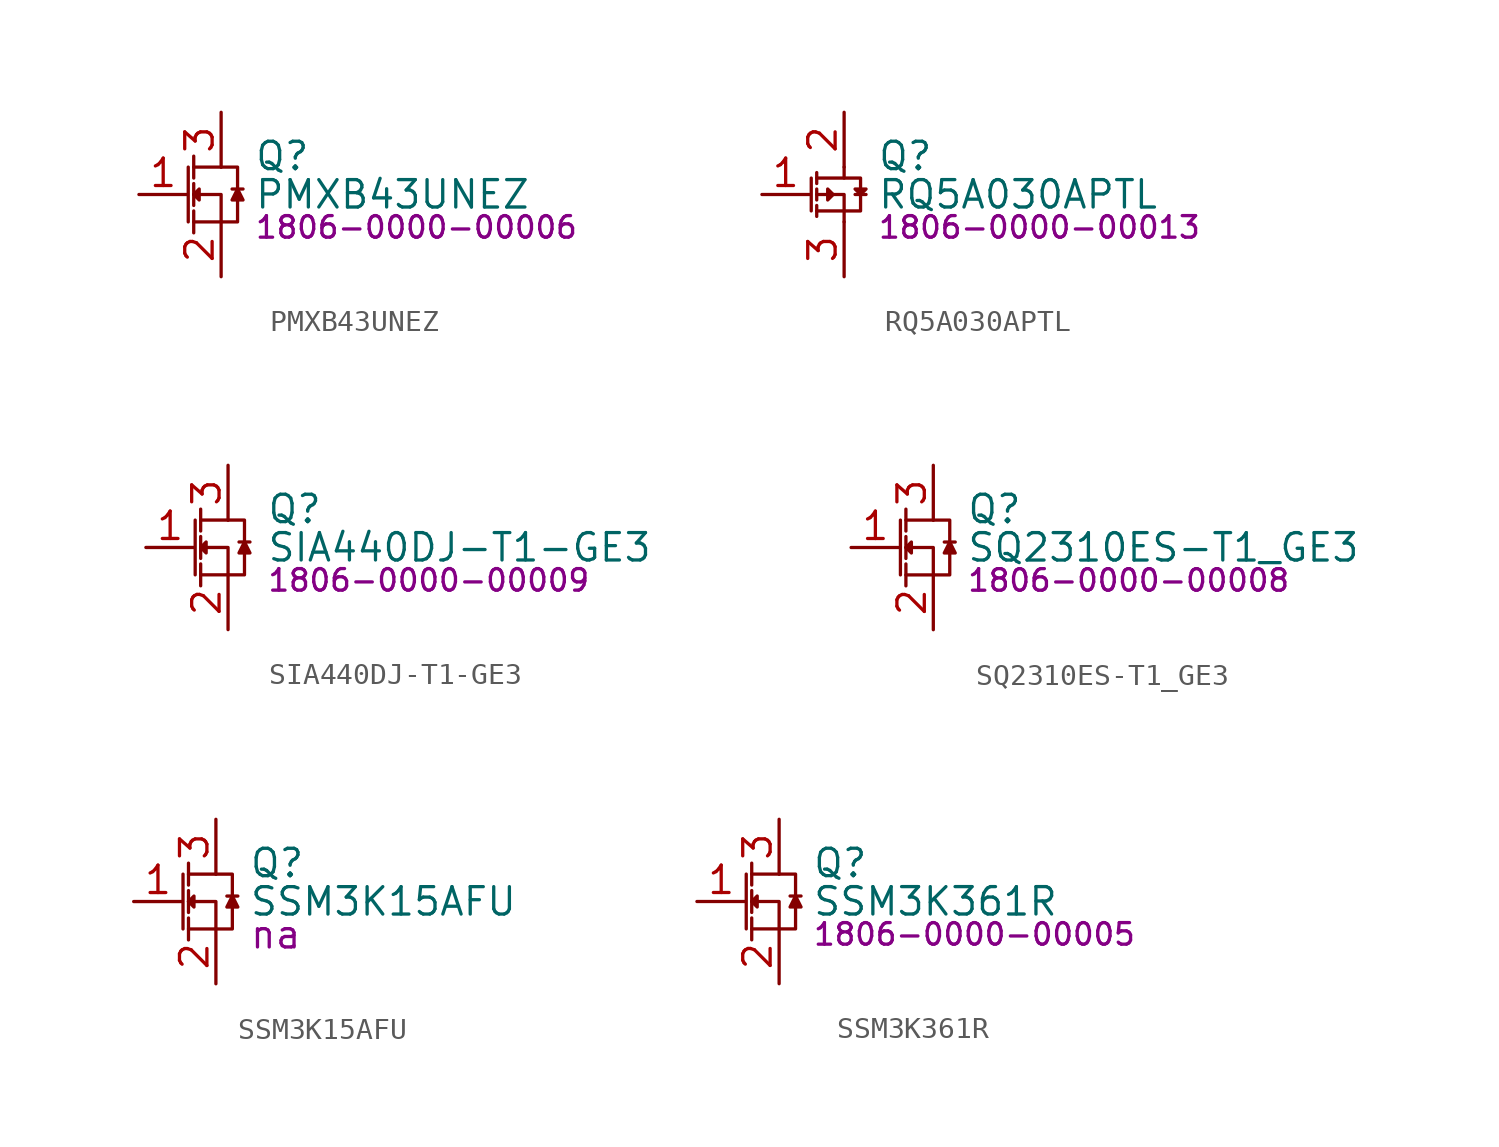
<source format=kicad_sym>
(kicad_symbol_lib
  (version 20231120)
  (generator "kicad_symbol_editor")
  (generator_version "8.0")
  (symbol "PMXB43UNEZ"
    (property "Reference" "Q"
      (at 2.794 1.778 0)
      (effects (font (size 1.27 1.27)) (justify left)))
    (property "Value" "PMXB43UNEZ"
      (at 2.794 0 0)
      (effects (font (size 1.27 1.27)) (justify left)))
    (property "PartNumber" "1806-0000-00006"
      (at 2.794 -1.524 0)
      (effects (font (size 1 1)) (justify left)))
    (symbol "PMXB43UNEZ_0_0"
      (pin input line (at -2.54 0 0) (length 2.25) (name "G" (effects (font (size 0 0)))) (number "1" (effects (font (size 1.27 1.27)))))
      (pin bidirectional line (at 1.27 -3.81 90) (length 2.54) (name "S" (effects (font (size 0 0)))) (number "2" (effects (font (size 1.27 1.27)))))
      (pin bidirectional line (at 1.27 3.81 270) (length 2.54) (name "D" (effects (font (size 0 0)))) (number "3" (effects (font (size 1.27 1.27))))))
    (symbol "PMXB43UNEZ_0_1"
      (polyline (pts (xy -0.254 -1.27) (xy -0.254 1.27)) (stroke (width 0) (type default)) (fill (type none)))
      (polyline (pts (xy 0 -1.778) (xy 0 -0.762)) (stroke (width 0) (type default)) (fill (type none)))
      (polyline (pts (xy 0 -0.508) (xy 0 0.508)) (stroke (width 0) (type default)) (fill (type none)))
      (polyline (pts (xy 0 1.778) (xy 0 0.762)) (stroke (width 0) (type default)) (fill (type none)))
      (polyline (pts (xy 1.778 0.254) (xy 2.286 0.254)) (stroke (width 0) (type default)) (fill (type none)))
      (polyline (pts (xy 0 -1.27) (xy 1.27 -1.27) (xy 1.27 -1.27)) (stroke (width 0) (type default)) (fill (type none)))
      (polyline (pts (xy 0 1.27) (xy 1.27 1.27) (xy 1.27 1.27)) (stroke (width 0) (type default)) (fill (type none)))
      (polyline (pts (xy 1.27 -1.27) (xy 1.27 0) (xy 0 0)) (stroke (width 0) (type default)) (fill (type none)))
      (polyline (pts (xy 0 0) (xy 0.254 0.254) (xy 0.254 -0.254) (xy 0 0)) (stroke (width 0) (type default)) (fill (type none)))
      (polyline (pts (xy 1.27 -1.27) (xy 2.032 -1.27) (xy 2.032 1.27) (xy 1.27 1.27)) (stroke (width 0) (type default)) (fill (type none)))
      (polyline (pts (xy 2.032 0.254) (xy 1.778 -0.254) (xy 2.286 -0.254) (xy 2.032 0.254)) (stroke (width 0) (type default)) (fill (type outline)))))
  (symbol "RQ5A030APTL"
    (property "Reference" "Q"
      (at 2.794 1.778 0)
      (effects (font (size 1.27 1.27)) (justify left)))
    (property "Value" "RQ5A030APTL"
      (at 2.794 0 0)
      (effects (font (size 1.27 1.27)) (justify left)))
    (property "PartNumber" "1806-0000-00013"
      (at 2.794 -1.524 0)
      (effects (font (size 1 1)) (justify left)))
    (symbol "RQ5A030APTL_0_0"
      (pin bidirectional line (at -2.54 0 0) (length 2.2) (name "G" (effects (font (size 0 0)))) (number "1" (effects (font (size 1.27 1.27)))))
      (pin bidirectional line (at 1.27 3.81 270) (length 2.54) (name "S" (effects (font (size 0 0)))) (number "2" (effects (font (size 1.27 1.27)))))
      (pin bidirectional line (at 1.27 -3.81 90) (length 2.54) (name "D" (effects (font (size 0 0)))) (number "3" (effects (font (size 1.27 1.27))))))
    (symbol "RQ5A030APTL_0_1"
      (polyline (pts (xy -0.254 0.762) (xy -0.254 -0.762)) (stroke (width 0) (type default)) (fill (type none)))
      (polyline (pts (xy 0 -0.508) (xy 0 -1.016)) (stroke (width 0) (type default)) (fill (type none)))
      (polyline (pts (xy 0 0.254) (xy 0 -0.254)) (stroke (width 0) (type default)) (fill (type none)))
      (polyline (pts (xy 0 0.508) (xy 0 1.016)) (stroke (width 0) (type default)) (fill (type none)))
      (polyline (pts (xy 1.778 0) (xy 2.286 0)) (stroke (width 0) (type default)) (fill (type none)))
      (polyline (pts (xy 0 -0.762) (xy 1.27 -0.762) (xy 1.27 -1.27)) (stroke (width 0) (type default)) (fill (type none)))
      (polyline (pts (xy 0 0) (xy 1.27 0) (xy 1.27 -0.762)) (stroke (width 0) (type default)) (fill (type none)))
      (polyline (pts (xy 0 0.762) (xy 1.27 0.762) (xy 1.27 1.27)) (stroke (width 0) (type default)) (fill (type none)))
      (polyline (pts (xy 0.762 0) (xy 0.508 0.254) (xy 0.508 -0.254) (xy 0.762 0)) (stroke (width 0) (type default)) (fill (type none)))
      (polyline (pts (xy 1.27 0.762) (xy 2.032 0.762) (xy 2.032 -0.762) (xy 1.27 -0.762)) (stroke (width 0) (type default)) (fill (type none)))
      (polyline (pts (xy 2.032 0) (xy 1.778 0.254) (xy 2.286 0.254) (xy 2.032 0)) (stroke (width 0) (type default)) (fill (type none)))))
  (symbol "SIA440DJ-T1-GE3"
    (property "Reference" "Q"
      (at 1.778 1.778 0)
      (effects (font (size 1.27 1.27)) (justify left)))
    (property "Value" "SIA440DJ-T1-GE3"
      (at 1.778 0 0)
      (effects (font (size 1.27 1.27)) (justify left)))
    (property "PartNumber" "1806-0000-00009"
      (at 1.778 -1.524 0)
      (effects (font (size 1 1)) (justify left)))
    (symbol "SIA440DJ-T1-GE3_0_0"
      (pin input line (at -3.81 0 0) (length 2.25) (name "G" (effects (font (size 0 0)))) (number "1" (effects (font (size 1.27 1.27)))))
      (pin bidirectional line (at 0 -3.81 90) (length 2.54) (name "S" (effects (font (size 0 0)))) (number "2" (effects (font (size 1.27 1.27)))))
      (pin bidirectional line (at 0 3.81 270) (length 2.54) (name "D" (effects (font (size 0 0)))) (number "3" (effects (font (size 1.27 1.27))))))
    (symbol "SIA440DJ-T1-GE3_0_1"
      (polyline (pts (xy -1.524 -1.27) (xy -1.524 1.27)) (stroke (width 0) (type default)) (fill (type none)))
      (polyline (pts (xy -1.27 -1.778) (xy -1.27 -0.762)) (stroke (width 0) (type default)) (fill (type none)))
      (polyline (pts (xy -1.27 -0.508) (xy -1.27 0.508)) (stroke (width 0) (type default)) (fill (type none)))
      (polyline (pts (xy -1.27 1.778) (xy -1.27 0.762)) (stroke (width 0) (type default)) (fill (type none)))
      (polyline (pts (xy 0.508 0.254) (xy 1.016 0.254)) (stroke (width 0) (type default)) (fill (type none)))
      (polyline (pts (xy -1.27 -1.27) (xy 0 -1.27) (xy 0 -1.27)) (stroke (width 0) (type default)) (fill (type none)))
      (polyline (pts (xy -1.27 1.27) (xy 0 1.27) (xy 0 1.27)) (stroke (width 0) (type default)) (fill (type none)))
      (polyline (pts (xy 0 -1.27) (xy 0 0) (xy -1.27 0)) (stroke (width 0) (type default)) (fill (type none)))
      (polyline (pts (xy -1.27 0) (xy -1.016 0.254) (xy -1.016 -0.254) (xy -1.27 0)) (stroke (width 0) (type default)) (fill (type none)))
      (polyline (pts (xy 0 -1.27) (xy 0.762 -1.27) (xy 0.762 1.27) (xy 0 1.27)) (stroke (width 0) (type default)) (fill (type none)))
      (polyline (pts (xy 0.762 0.254) (xy 0.508 -0.254) (xy 1.016 -0.254) (xy 0.762 0.254)) (stroke (width 0) (type default)) (fill (type outline)))))
  (symbol "SQ2310ES-T1_GE3"
    (property "Reference" "Q"
      (at 2.794 1.778 0)
      (effects (font (size 1.27 1.27)) (justify left)))
    (property "Value" "SQ2310ES-T1_GE3"
      (at 2.794 0 0)
      (effects (font (size 1.27 1.27)) (justify left)))
    (property "PartNumber" "1806-0000-00008"
      (at 2.794 -1.524 0)
      (effects (font (size 1 1)) (justify left)))
    (symbol "SQ2310ES-T1_GE3_0_0"
      (pin input line (at -2.54 0 0) (length 2.25) (name "G" (effects (font (size 0 0)))) (number "1" (effects (font (size 1.27 1.27)))))
      (pin bidirectional line (at 1.27 -3.81 90) (length 2.54) (name "S" (effects (font (size 0 0)))) (number "2" (effects (font (size 1.27 1.27)))))
      (pin bidirectional line (at 1.27 3.81 270) (length 2.54) (name "D" (effects (font (size 0 0)))) (number "3" (effects (font (size 1.27 1.27))))))
    (symbol "SQ2310ES-T1_GE3_0_1"
      (polyline (pts (xy -0.254 -1.27) (xy -0.254 1.27)) (stroke (width 0) (type default)) (fill (type none)))
      (polyline (pts (xy 0 -1.778) (xy 0 -0.762)) (stroke (width 0) (type default)) (fill (type none)))
      (polyline (pts (xy 0 -0.508) (xy 0 0.508)) (stroke (width 0) (type default)) (fill (type none)))
      (polyline (pts (xy 0 1.778) (xy 0 0.762)) (stroke (width 0) (type default)) (fill (type none)))
      (polyline (pts (xy 1.778 0.254) (xy 2.286 0.254)) (stroke (width 0) (type default)) (fill (type none)))
      (polyline (pts (xy 0 -1.27) (xy 1.27 -1.27) (xy 1.27 -1.27)) (stroke (width 0) (type default)) (fill (type none)))
      (polyline (pts (xy 0 1.27) (xy 1.27 1.27) (xy 1.27 1.27)) (stroke (width 0) (type default)) (fill (type none)))
      (polyline (pts (xy 1.27 -1.27) (xy 1.27 0) (xy 0 0)) (stroke (width 0) (type default)) (fill (type none)))
      (polyline (pts (xy 0 0) (xy 0.254 0.254) (xy 0.254 -0.254) (xy 0 0)) (stroke (width 0) (type default)) (fill (type none)))
      (polyline (pts (xy 1.27 -1.27) (xy 2.032 -1.27) (xy 2.032 1.27) (xy 1.27 1.27)) (stroke (width 0) (type default)) (fill (type none)))
      (polyline (pts (xy 2.032 0.254) (xy 1.778 -0.254) (xy 2.286 -0.254) (xy 2.032 0.254)) (stroke (width 0) (type default)) (fill (type outline)))))
  (symbol "SSM3K15AFU"
    (property "Reference" "Q"
      (at 2.794 1.778 0)
      (effects (font (size 1.27 1.27)) (justify left)))
    (property "Value" "SSM3K15AFU"
      (at 2.794 0 0)
      (effects (font (size 1.27 1.27)) (justify left)))
    (property "PartNumber" "na"
      (at 2.794 -1.524 0)
      (effects (font (size 1.27 1.27)) (justify left)))
    (symbol "SSM3K15AFU_0_0"
      (pin input line (at -2.54 0 0) (length 2.25) (name "G" (effects (font (size 0 0)))) (number "1" (effects (font (size 1.27 1.27)))))
      (pin bidirectional line (at 1.27 -3.81 90) (length 2.54) (name "S" (effects (font (size 0 0)))) (number "2" (effects (font (size 1.27 1.27)))))
      (pin bidirectional line (at 1.27 3.81 270) (length 2.54) (name "D" (effects (font (size 0 0)))) (number "3" (effects (font (size 1.27 1.27))))))
    (symbol "SSM3K15AFU_0_1"
      (polyline (pts (xy -0.254 -1.27) (xy -0.254 1.27)) (stroke (width 0) (type default)) (fill (type none)))
      (polyline (pts (xy 0 -1.778) (xy 0 -0.762)) (stroke (width 0) (type default)) (fill (type none)))
      (polyline (pts (xy 0 -0.508) (xy 0 0.508)) (stroke (width 0) (type default)) (fill (type none)))
      (polyline (pts (xy 0 1.778) (xy 0 0.762)) (stroke (width 0) (type default)) (fill (type none)))
      (polyline (pts (xy 1.778 0.254) (xy 2.286 0.254)) (stroke (width 0) (type default)) (fill (type none)))
      (polyline (pts (xy 0 -1.27) (xy 1.27 -1.27) (xy 1.27 -1.27)) (stroke (width 0) (type default)) (fill (type none)))
      (polyline (pts (xy 0 1.27) (xy 1.27 1.27) (xy 1.27 1.27)) (stroke (width 0) (type default)) (fill (type none)))
      (polyline (pts (xy 1.27 -1.27) (xy 1.27 0) (xy 0 0)) (stroke (width 0) (type default)) (fill (type none)))
      (polyline (pts (xy 0 0) (xy 0.254 0.254) (xy 0.254 -0.254) (xy 0 0)) (stroke (width 0) (type default)) (fill (type none)))
      (polyline (pts (xy 1.27 -1.27) (xy 2.032 -1.27) (xy 2.032 1.27) (xy 1.27 1.27)) (stroke (width 0) (type default)) (fill (type none)))
      (polyline (pts (xy 2.032 0.254) (xy 1.778 -0.254) (xy 2.286 -0.254) (xy 2.032 0.254)) (stroke (width 0) (type default)) (fill (type outline)))))
  (symbol "SSM3K361R"
    (property "Reference" "Q"
      (at 2.794 1.778 0)
      (effects (font (size 1.27 1.27)) (justify left)))
    (property "Value" "SSM3K361R"
      (at 2.794 0 0)
      (effects (font (size 1.27 1.27)) (justify left)))
    (property "PartNumber" "1806-0000-00005"
      (at 2.794 -1.524 0)
      (effects (font (size 1 1)) (justify left)))
    (symbol "SSM3K361R_0_0"
      (pin input line (at -2.54 0 0) (length 2.25) (name "G" (effects (font (size 0 0)))) (number "1" (effects (font (size 1.27 1.27)))))
      (pin bidirectional line (at 1.27 -3.81 90) (length 2.54) (name "S" (effects (font (size 0 0)))) (number "2" (effects (font (size 1.27 1.27)))))
      (pin bidirectional line (at 1.27 3.81 270) (length 2.54) (name "D" (effects (font (size 0 0)))) (number "3" (effects (font (size 1.27 1.27))))))
    (symbol "SSM3K361R_0_1"
      (polyline (pts (xy -0.254 -1.27) (xy -0.254 1.27)) (stroke (width 0) (type default)) (fill (type none)))
      (polyline (pts (xy 0 -1.778) (xy 0 -0.762)) (stroke (width 0) (type default)) (fill (type none)))
      (polyline (pts (xy 0 -0.508) (xy 0 0.508)) (stroke (width 0) (type default)) (fill (type none)))
      (polyline (pts (xy 0 1.778) (xy 0 0.762)) (stroke (width 0) (type default)) (fill (type none)))
      (polyline (pts (xy 1.778 0.254) (xy 2.286 0.254)) (stroke (width 0) (type default)) (fill (type none)))
      (polyline (pts (xy 0 -1.27) (xy 1.27 -1.27) (xy 1.27 -1.27)) (stroke (width 0) (type default)) (fill (type none)))
      (polyline (pts (xy 0 1.27) (xy 1.27 1.27) (xy 1.27 1.27)) (stroke (width 0) (type default)) (fill (type none)))
      (polyline (pts (xy 1.27 -1.27) (xy 1.27 0) (xy 0 0)) (stroke (width 0) (type default)) (fill (type none)))
      (polyline (pts (xy 0 0) (xy 0.254 0.254) (xy 0.254 -0.254) (xy 0 0)) (stroke (width 0) (type default)) (fill (type none)))
      (polyline (pts (xy 1.27 -1.27) (xy 2.032 -1.27) (xy 2.032 1.27) (xy 1.27 1.27)) (stroke (width 0) (type default)) (fill (type none)))
      (polyline (pts (xy 2.032 0.254) (xy 1.778 -0.254) (xy 2.286 -0.254) (xy 2.032 0.254)) (stroke (width 0) (type default)) (fill (type outline))))))
</source>
